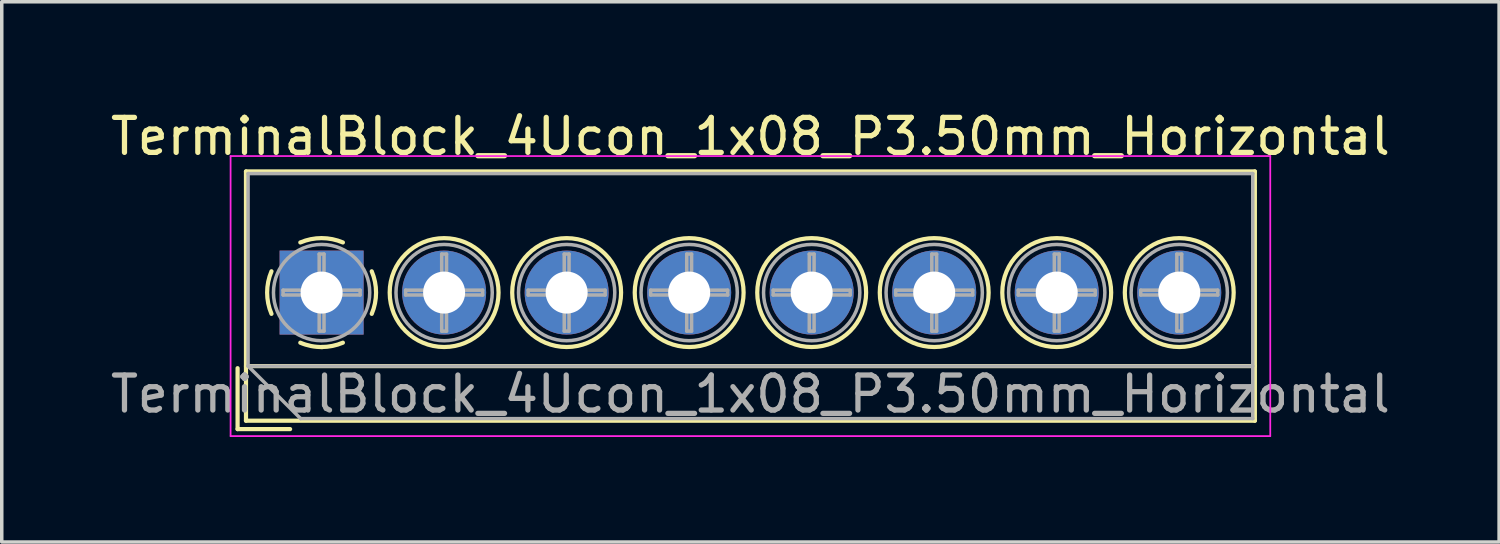
<source format=kicad_pcb>
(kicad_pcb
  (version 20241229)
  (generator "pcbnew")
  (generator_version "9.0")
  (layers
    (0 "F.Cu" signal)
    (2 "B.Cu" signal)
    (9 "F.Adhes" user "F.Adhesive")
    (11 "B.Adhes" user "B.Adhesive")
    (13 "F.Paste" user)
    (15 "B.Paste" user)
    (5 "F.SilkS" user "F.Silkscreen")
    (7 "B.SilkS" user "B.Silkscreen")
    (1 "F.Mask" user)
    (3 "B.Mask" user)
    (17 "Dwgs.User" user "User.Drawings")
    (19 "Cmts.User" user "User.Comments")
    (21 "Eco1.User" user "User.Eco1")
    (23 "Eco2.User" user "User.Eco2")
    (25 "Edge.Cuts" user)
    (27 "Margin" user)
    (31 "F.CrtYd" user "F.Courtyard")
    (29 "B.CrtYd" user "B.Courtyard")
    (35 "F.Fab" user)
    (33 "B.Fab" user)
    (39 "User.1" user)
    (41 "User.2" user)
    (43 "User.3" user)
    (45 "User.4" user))
  (footprint "TerminalBlock_4Ucon_1x08_P3.50mm_Horizontal"
    (layer "F.Cu")
    (at 6.137 5.308)
    (property "Reference" "TerminalBlock_4Ucon_1x08_P3.50mm_Horizontal" (at 12.25 -4.46 0) (layer "F.SilkS") (effects (font (size 1 1) (thickness 0.15))))
    (attr through_hole)
    (fp_line (start -2.4 2.16) (end -2.4 3.9) (stroke (width 0.12) (type solid)) (layer "F.SilkS"))
    (fp_line (start -2.4 3.9) (end -0.9 3.9) (stroke (width 0.12) (type solid)) (layer "F.SilkS"))
    (fp_line (start -2.16 -3.46) (end -2.16 3.66) (stroke (width 0.12) (type solid)) (layer "F.SilkS"))
    (fp_line (start -2.16 -3.46) (end 26.66 -3.46) (stroke (width 0.12) (type solid)) (layer "F.SilkS"))
    (fp_line (start -2.16 2.1) (end 26.66 2.1) (stroke (width 0.12) (type solid)) (layer "F.SilkS"))
    (fp_line (start -2.16 3.66) (end 26.66 3.66) (stroke (width 0.12) (type solid)) (layer "F.SilkS"))
    (fp_line (start 26.66 -3.46) (end 26.66 3.66) (stroke (width 0.12) (type solid)) (layer "F.SilkS"))
    (fp_arc (start -1.432109 0.607742) (mid -1.555727 -0.00014) (end -1.432 -0.608) (stroke (width 0.12) (type solid)) (layer "F.SilkS"))
    (fp_arc (start -0.607742 -1.432109) (mid 0.00014 -1.555727) (end 0.608 -1.432) (stroke (width 0.12) (type solid)) (layer "F.SilkS"))
    (fp_arc (start 0.027011 1.555493) (mid -0.296984 1.527118) (end -0.608 1.432) (stroke (width 0.12) (type solid)) (layer "F.SilkS"))
    (fp_arc (start 0.607587 1.431385) (mid 0.310017 1.523783) (end 0 1.555) (stroke (width 0.12) (type solid)) (layer "F.SilkS"))
    (fp_arc (start 1.432109 -0.607742) (mid 1.555727 0.00014) (end 1.432 0.608) (stroke (width 0.12) (type solid)) (layer "F.SilkS"))
    (fp_circle (center 3.5 0) (end 5.055 0) (stroke (width 0.12) (type solid)) (fill no) (layer "F.SilkS"))
    (fp_circle (center 7 0) (end 8.555 0) (stroke (width 0.12) (type solid)) (fill no) (layer "F.SilkS"))
    (fp_circle (center 10.5 0) (end 12.055 0) (stroke (width 0.12) (type solid)) (fill no) (layer "F.SilkS"))
    (fp_circle (center 14 0) (end 15.555 0) (stroke (width 0.12) (type solid)) (fill no) (layer "F.SilkS"))
    (fp_circle (center 17.5 0) (end 19.055 0) (stroke (width 0.12) (type solid)) (fill no) (layer "F.SilkS"))
    (fp_circle (center 21 0) (end 22.555 0) (stroke (width 0.12) (type solid)) (fill no) (layer "F.SilkS"))
    (fp_circle (center 24.5 0) (end 26.055 0) (stroke (width 0.12) (type solid)) (fill no) (layer "F.SilkS"))
    (fp_line (start -2.6 -3.9) (end -2.6 4.1) (stroke (width 0.05) (type solid)) (layer "F.CrtYd"))
    (fp_line (start -2.6 4.1) (end 27.1 4.1) (stroke (width 0.05) (type solid)) (layer "F.CrtYd"))
    (fp_line (start 27.1 -3.9) (end -2.6 -3.9) (stroke (width 0.05) (type solid)) (layer "F.CrtYd"))
    (fp_line (start 27.1 4.1) (end 27.1 -3.9) (stroke (width 0.05) (type solid)) (layer "F.CrtYd"))
    (fp_line (start -2.1 -3.4) (end 26.6 -3.4) (stroke (width 0.1) (type solid)) (layer "F.Fab"))
    (fp_line (start -2.1 2.1) (end -2.1 -3.4) (stroke (width 0.1) (type solid)) (layer "F.Fab"))
    (fp_line (start -2.1 2.1) (end 26.6 2.1) (stroke (width 0.1) (type solid)) (layer "F.Fab"))
    (fp_line (start -1.1 -0.069) (end -0.069 -0.069) (stroke (width 0.1) (type solid)) (layer "F.Fab"))
    (fp_line (start -1.1 0.069) (end -1.1 -0.069) (stroke (width 0.1) (type solid)) (layer "F.Fab"))
    (fp_line (start -0.6 3.6) (end -2.1 2.1) (stroke (width 0.1) (type solid)) (layer "F.Fab"))
    (fp_line (start -0.069 -1.1) (end 0.069 -1.1) (stroke (width 0.1) (type solid)) (layer "F.Fab"))
    (fp_line (start -0.069 -0.069) (end -0.069 -1.1) (stroke (width 0.1) (type solid)) (layer "F.Fab"))
    (fp_line (start -0.069 0.069) (end -1.1 0.069) (stroke (width 0.1) (type solid)) (layer "F.Fab"))
    (fp_line (start -0.069 1.1) (end -0.069 0.069) (stroke (width 0.1) (type solid)) (layer "F.Fab"))
    (fp_line (start 0.069 -1.1) (end 0.069 -0.069) (stroke (width 0.1) (type solid)) (layer "F.Fab"))
    (fp_line (start 0.069 -0.069) (end 1.1 -0.069) (stroke (width 0.1) (type solid)) (layer "F.Fab"))
    (fp_line (start 0.069 0.069) (end 0.069 1.1) (stroke (width 0.1) (type solid)) (layer "F.Fab"))
    (fp_line (start 0.069 1.1) (end -0.069 1.1) (stroke (width 0.1) (type solid)) (layer "F.Fab"))
    (fp_line (start 1.1 -0.069) (end 1.1 0.069) (stroke (width 0.1) (type solid)) (layer "F.Fab"))
    (fp_line (start 1.1 0.069) (end 0.069 0.069) (stroke (width 0.1) (type solid)) (layer "F.Fab"))
    (fp_line (start 2.4 -0.069) (end 3.431 -0.069) (stroke (width 0.1) (type solid)) (layer "F.Fab"))
    (fp_line (start 2.4 0.069) (end 2.4 -0.069) (stroke (width 0.1) (type solid)) (layer "F.Fab"))
    (fp_line (start 3.431 -1.1) (end 3.569 -1.1) (stroke (width 0.1) (type solid)) (layer "F.Fab"))
    (fp_line (start 3.431 -0.069) (end 3.431 -1.1) (stroke (width 0.1) (type solid)) (layer "F.Fab"))
    (fp_line (start 3.431 0.069) (end 2.4 0.069) (stroke (width 0.1) (type solid)) (layer "F.Fab"))
    (fp_line (start 3.431 1.1) (end 3.431 0.069) (stroke (width 0.1) (type solid)) (layer "F.Fab"))
    (fp_line (start 3.569 -1.1) (end 3.569 -0.069) (stroke (width 0.1) (type solid)) (layer "F.Fab"))
    (fp_line (start 3.569 -0.069) (end 4.6 -0.069) (stroke (width 0.1) (type solid)) (layer "F.Fab"))
    (fp_line (start 3.569 0.069) (end 3.569 1.1) (stroke (width 0.1) (type solid)) (layer "F.Fab"))
    (fp_line (start 3.569 1.1) (end 3.431 1.1) (stroke (width 0.1) (type solid)) (layer "F.Fab"))
    (fp_line (start 4.6 -0.069) (end 4.6 0.069) (stroke (width 0.1) (type solid)) (layer "F.Fab"))
    (fp_line (start 4.6 0.069) (end 3.569 0.069) (stroke (width 0.1) (type solid)) (layer "F.Fab"))
    (fp_line (start 5.9 -0.069) (end 6.931 -0.069) (stroke (width 0.1) (type solid)) (layer "F.Fab"))
    (fp_line (start 5.9 0.069) (end 5.9 -0.069) (stroke (width 0.1) (type solid)) (layer "F.Fab"))
    (fp_line (start 6.931 -1.1) (end 7.069 -1.1) (stroke (width 0.1) (type solid)) (layer "F.Fab"))
    (fp_line (start 6.931 -0.069) (end 6.931 -1.1) (stroke (width 0.1) (type solid)) (layer "F.Fab"))
    (fp_line (start 6.931 0.069) (end 5.9 0.069) (stroke (width 0.1) (type solid)) (layer "F.Fab"))
    (fp_line (start 6.931 1.1) (end 6.931 0.069) (stroke (width 0.1) (type solid)) (layer "F.Fab"))
    (fp_line (start 7.069 -1.1) (end 7.069 -0.069) (stroke (width 0.1) (type solid)) (layer "F.Fab"))
    (fp_line (start 7.069 -0.069) (end 8.1 -0.069) (stroke (width 0.1) (type solid)) (layer "F.Fab"))
    (fp_line (start 7.069 0.069) (end 7.069 1.1) (stroke (width 0.1) (type solid)) (layer "F.Fab"))
    (fp_line (start 7.069 1.1) (end 6.931 1.1) (stroke (width 0.1) (type solid)) (layer "F.Fab"))
    (fp_line (start 8.1 -0.069) (end 8.1 0.069) (stroke (width 0.1) (type solid)) (layer "F.Fab"))
    (fp_line (start 8.1 0.069) (end 7.069 0.069) (stroke (width 0.1) (type solid)) (layer "F.Fab"))
    (fp_line (start 9.4 -0.069) (end 10.431 -0.069) (stroke (width 0.1) (type solid)) (layer "F.Fab"))
    (fp_line (start 9.4 0.069) (end 9.4 -0.069) (stroke (width 0.1) (type solid)) (layer "F.Fab"))
    (fp_line (start 10.431 -1.1) (end 10.569 -1.1) (stroke (width 0.1) (type solid)) (layer "F.Fab"))
    (fp_line (start 10.431 -0.069) (end 10.431 -1.1) (stroke (width 0.1) (type solid)) (layer "F.Fab"))
    (fp_line (start 10.431 0.069) (end 9.4 0.069) (stroke (width 0.1) (type solid)) (layer "F.Fab"))
    (fp_line (start 10.431 1.1) (end 10.431 0.069) (stroke (width 0.1) (type solid)) (layer "F.Fab"))
    (fp_line (start 10.569 -1.1) (end 10.569 -0.069) (stroke (width 0.1) (type solid)) (layer "F.Fab"))
    (fp_line (start 10.569 -0.069) (end 11.6 -0.069) (stroke (width 0.1) (type solid)) (layer "F.Fab"))
    (fp_line (start 10.569 0.069) (end 10.569 1.1) (stroke (width 0.1) (type solid)) (layer "F.Fab"))
    (fp_line (start 10.569 1.1) (end 10.431 1.1) (stroke (width 0.1) (type solid)) (layer "F.Fab"))
    (fp_line (start 11.6 -0.069) (end 11.6 0.069) (stroke (width 0.1) (type solid)) (layer "F.Fab"))
    (fp_line (start 11.6 0.069) (end 10.569 0.069) (stroke (width 0.1) (type solid)) (layer "F.Fab"))
    (fp_line (start 12.9 -0.069) (end 13.931 -0.069) (stroke (width 0.1) (type solid)) (layer "F.Fab"))
    (fp_line (start 12.9 0.069) (end 12.9 -0.069) (stroke (width 0.1) (type solid)) (layer "F.Fab"))
    (fp_line (start 13.931 -1.1) (end 14.069 -1.1) (stroke (width 0.1) (type solid)) (layer "F.Fab"))
    (fp_line (start 13.931 -0.069) (end 13.931 -1.1) (stroke (width 0.1) (type solid)) (layer "F.Fab"))
    (fp_line (start 13.931 0.069) (end 12.9 0.069) (stroke (width 0.1) (type solid)) (layer "F.Fab"))
    (fp_line (start 13.931 1.1) (end 13.931 0.069) (stroke (width 0.1) (type solid)) (layer "F.Fab"))
    (fp_line (start 14.069 -1.1) (end 14.069 -0.069) (stroke (width 0.1) (type solid)) (layer "F.Fab"))
    (fp_line (start 14.069 -0.069) (end 15.1 -0.069) (stroke (width 0.1) (type solid)) (layer "F.Fab"))
    (fp_line (start 14.069 0.069) (end 14.069 1.1) (stroke (width 0.1) (type solid)) (layer "F.Fab"))
    (fp_line (start 14.069 1.1) (end 13.931 1.1) (stroke (width 0.1) (type solid)) (layer "F.Fab"))
    (fp_line (start 15.1 -0.069) (end 15.1 0.069) (stroke (width 0.1) (type solid)) (layer "F.Fab"))
    (fp_line (start 15.1 0.069) (end 14.069 0.069) (stroke (width 0.1) (type solid)) (layer "F.Fab"))
    (fp_line (start 16.4 -0.069) (end 17.431 -0.069) (stroke (width 0.1) (type solid)) (layer "F.Fab"))
    (fp_line (start 16.4 0.069) (end 16.4 -0.069) (stroke (width 0.1) (type solid)) (layer "F.Fab"))
    (fp_line (start 17.431 -1.1) (end 17.569 -1.1) (stroke (width 0.1) (type solid)) (layer "F.Fab"))
    (fp_line (start 17.431 -0.069) (end 17.431 -1.1) (stroke (width 0.1) (type solid)) (layer "F.Fab"))
    (fp_line (start 17.431 0.069) (end 16.4 0.069) (stroke (width 0.1) (type solid)) (layer "F.Fab"))
    (fp_line (start 17.431 1.1) (end 17.431 0.069) (stroke (width 0.1) (type solid)) (layer "F.Fab"))
    (fp_line (start 17.569 -1.1) (end 17.569 -0.069) (stroke (width 0.1) (type solid)) (layer "F.Fab"))
    (fp_line (start 17.569 -0.069) (end 18.6 -0.069) (stroke (width 0.1) (type solid)) (layer "F.Fab"))
    (fp_line (start 17.569 0.069) (end 17.569 1.1) (stroke (width 0.1) (type solid)) (layer "F.Fab"))
    (fp_line (start 17.569 1.1) (end 17.431 1.1) (stroke (width 0.1) (type solid)) (layer "F.Fab"))
    (fp_line (start 18.6 -0.069) (end 18.6 0.069) (stroke (width 0.1) (type solid)) (layer "F.Fab"))
    (fp_line (start 18.6 0.069) (end 17.569 0.069) (stroke (width 0.1) (type solid)) (layer "F.Fab"))
    (fp_line (start 19.9 -0.069) (end 20.931 -0.069) (stroke (width 0.1) (type solid)) (layer "F.Fab"))
    (fp_line (start 19.9 0.069) (end 19.9 -0.069) (stroke (width 0.1) (type solid)) (layer "F.Fab"))
    (fp_line (start 20.931 -1.1) (end 21.069 -1.1) (stroke (width 0.1) (type solid)) (layer "F.Fab"))
    (fp_line (start 20.931 -0.069) (end 20.931 -1.1) (stroke (width 0.1) (type solid)) (layer "F.Fab"))
    (fp_line (start 20.931 0.069) (end 19.9 0.069) (stroke (width 0.1) (type solid)) (layer "F.Fab"))
    (fp_line (start 20.931 1.1) (end 20.931 0.069) (stroke (width 0.1) (type solid)) (layer "F.Fab"))
    (fp_line (start 21.069 -1.1) (end 21.069 -0.069) (stroke (width 0.1) (type solid)) (layer "F.Fab"))
    (fp_line (start 21.069 -0.069) (end 22.1 -0.069) (stroke (width 0.1) (type solid)) (layer "F.Fab"))
    (fp_line (start 21.069 0.069) (end 21.069 1.1) (stroke (width 0.1) (type solid)) (layer "F.Fab"))
    (fp_line (start 21.069 1.1) (end 20.931 1.1) (stroke (width 0.1) (type solid)) (layer "F.Fab"))
    (fp_line (start 22.1 -0.069) (end 22.1 0.069) (stroke (width 0.1) (type solid)) (layer "F.Fab"))
    (fp_line (start 22.1 0.069) (end 21.069 0.069) (stroke (width 0.1) (type solid)) (layer "F.Fab"))
    (fp_line (start 23.4 -0.069) (end 24.431 -0.069) (stroke (width 0.1) (type solid)) (layer "F.Fab"))
    (fp_line (start 23.4 0.069) (end 23.4 -0.069) (stroke (width 0.1) (type solid)) (layer "F.Fab"))
    (fp_line (start 24.431 -1.1) (end 24.569 -1.1) (stroke (width 0.1) (type solid)) (layer "F.Fab"))
    (fp_line (start 24.431 -0.069) (end 24.431 -1.1) (stroke (width 0.1) (type solid)) (layer "F.Fab"))
    (fp_line (start 24.431 0.069) (end 23.4 0.069) (stroke (width 0.1) (type solid)) (layer "F.Fab"))
    (fp_line (start 24.431 1.1) (end 24.431 0.069) (stroke (width 0.1) (type solid)) (layer "F.Fab"))
    (fp_line (start 24.569 -1.1) (end 24.569 -0.069) (stroke (width 0.1) (type solid)) (layer "F.Fab"))
    (fp_line (start 24.569 -0.069) (end 25.6 -0.069) (stroke (width 0.1) (type solid)) (layer "F.Fab"))
    (fp_line (start 24.569 0.069) (end 24.569 1.1) (stroke (width 0.1) (type solid)) (layer "F.Fab"))
    (fp_line (start 24.569 1.1) (end 24.431 1.1) (stroke (width 0.1) (type solid)) (layer "F.Fab"))
    (fp_line (start 25.6 -0.069) (end 25.6 0.069) (stroke (width 0.1) (type solid)) (layer "F.Fab"))
    (fp_line (start 25.6 0.069) (end 24.569 0.069) (stroke (width 0.1) (type solid)) (layer "F.Fab"))
    (fp_line (start 26.6 -3.4) (end 26.6 3.6) (stroke (width 0.1) (type solid)) (layer "F.Fab"))
    (fp_line (start 26.6 3.6) (end -0.6 3.6) (stroke (width 0.1) (type solid)) (layer "F.Fab"))
    (fp_circle (center 0 0) (end 1.375 0) (stroke (width 0.1) (type solid)) (fill no) (layer "F.Fab"))
    (fp_circle (center 3.5 0) (end 4.875 0) (stroke (width 0.1) (type solid)) (fill no) (layer "F.Fab"))
    (fp_circle (center 7 0) (end 8.375 0) (stroke (width 0.1) (type solid)) (fill no) (layer "F.Fab"))
    (fp_circle (center 10.5 0) (end 11.875 0) (stroke (width 0.1) (type solid)) (fill no) (layer "F.Fab"))
    (fp_circle (center 14 0) (end 15.375 0) (stroke (width 0.1) (type solid)) (fill no) (layer "F.Fab"))
    (fp_circle (center 17.5 0) (end 18.875 0) (stroke (width 0.1) (type solid)) (fill no) (layer "F.Fab"))
    (fp_circle (center 21 0) (end 22.375 0) (stroke (width 0.1) (type solid)) (fill no) (layer "F.Fab"))
    (fp_circle (center 24.5 0) (end 25.875 0) (stroke (width 0.1) (type solid)) (fill no) (layer "F.Fab"))
    (fp_text user "${REFERENCE}" (at 12.25 2.9 0) (layer "F.Fab") (effects (font (size 1 1) (thickness 0.15))))
    (pad "1" thru_hole rect (at 0 0) (size 2.4 2.4) (drill 1.2) (layers "*.Cu" "*.Mask"))
    (pad "2" thru_hole circle (at 3.5 0) (size 2.4 2.4) (drill 1.2) (layers "*.Cu" "*.Mask"))
    (pad "3" thru_hole circle (at 7 0) (size 2.4 2.4) (drill 1.2) (layers "*.Cu" "*.Mask"))
    (pad "4" thru_hole circle (at 10.5 0) (size 2.4 2.4) (drill 1.2) (layers "*.Cu" "*.Mask"))
    (pad "5" thru_hole circle (at 14 0) (size 2.4 2.4) (drill 1.2) (layers "*.Cu" "*.Mask"))
    (pad "6" thru_hole circle (at 17.5 0) (size 2.4 2.4) (drill 1.2) (layers "*.Cu" "*.Mask"))
    (pad "7" thru_hole circle (at 21 0) (size 2.4 2.4) (drill 1.2) (layers "*.Cu" "*.Mask"))
    (pad "8" thru_hole circle (at 24.5 0) (size 2.4 2.4) (drill 1.2) (layers "*.Cu" "*.Mask")))
  (gr_rect
    (start -3 -3)
    (end 39.774 12.433)
    (stroke (width 0.1) (type default))
    (fill no)
    (layer "Edge.Cuts")))
</source>
